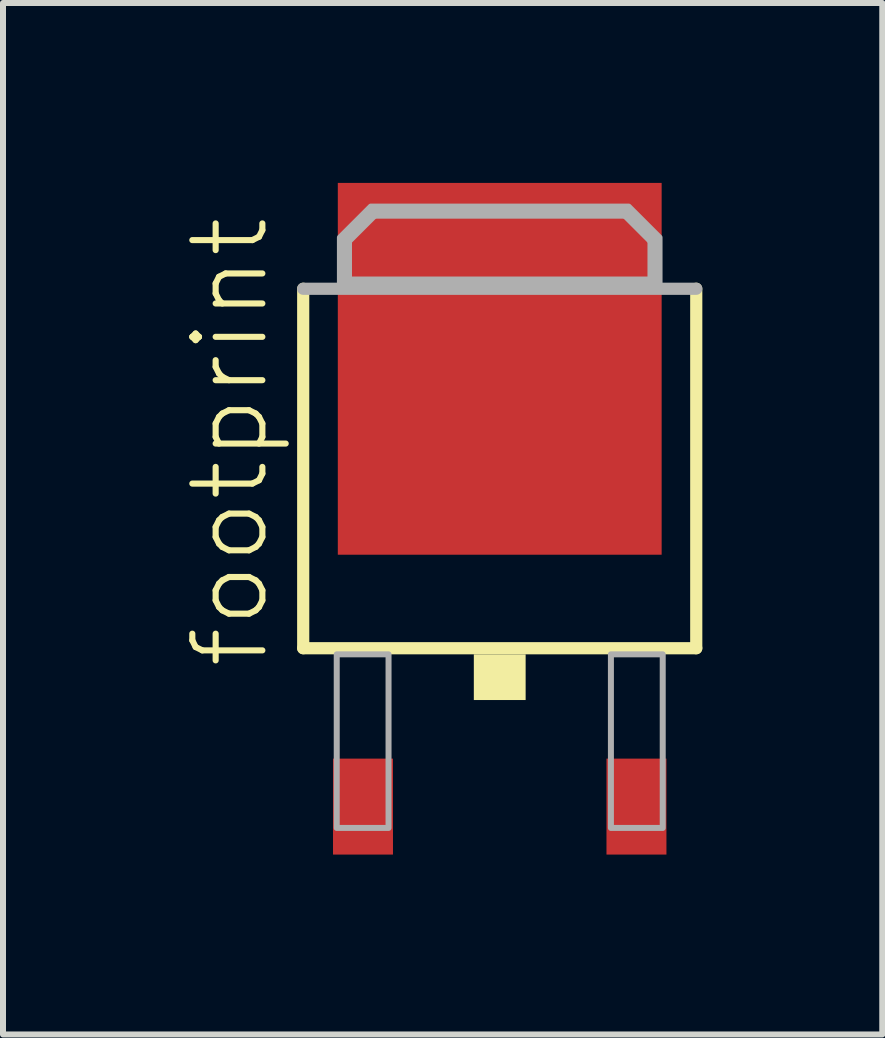
<source format=kicad_pcb>
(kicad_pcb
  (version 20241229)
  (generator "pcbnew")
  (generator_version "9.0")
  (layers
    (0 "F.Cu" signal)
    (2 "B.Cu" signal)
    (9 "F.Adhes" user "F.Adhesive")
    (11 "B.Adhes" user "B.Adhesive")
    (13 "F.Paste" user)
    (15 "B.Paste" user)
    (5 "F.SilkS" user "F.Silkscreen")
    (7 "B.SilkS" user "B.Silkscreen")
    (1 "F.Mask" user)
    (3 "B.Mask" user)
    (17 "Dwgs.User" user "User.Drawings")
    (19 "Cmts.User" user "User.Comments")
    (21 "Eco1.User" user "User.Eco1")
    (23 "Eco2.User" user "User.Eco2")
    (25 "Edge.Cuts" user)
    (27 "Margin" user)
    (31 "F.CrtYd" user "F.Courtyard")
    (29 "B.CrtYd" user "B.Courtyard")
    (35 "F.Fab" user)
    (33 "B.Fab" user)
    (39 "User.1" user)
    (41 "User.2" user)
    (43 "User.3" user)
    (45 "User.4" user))
  (footprint "footprint"
    (layer "F.Cu")
    (at 5.283 5.6)
    (property "Reference" "footprint" (at -3.81 2.54 90) (layer "F.SilkS") (effects (font (size 1.168 1.168) (thickness 0.102)) (justify left bottom)))
    (fp_line (start -3.277 2.159) (end -3.277 -3.835) (stroke (width 0.203) (type solid)) (layer "F.SilkS"))
    (fp_line (start 3.277 -3.835) (end 3.277 2.159) (stroke (width 0.203) (type solid)) (layer "F.SilkS"))
    (fp_line (start 3.277 2.159) (end -3.277 2.159) (stroke (width 0.203) (type solid)) (layer "F.SilkS"))
    (fp_poly (pts (xy -0.432 3.023) (xy 0.432 3.023) (xy 0.432 2.261) (xy -0.432 2.261)) (stroke (width 0) (type solid)) (fill yes) (layer "F.SilkS"))
    (fp_line (start -3.277 -3.835) (end 3.277 -3.835) (stroke (width 0.203) (type solid)) (layer "F.Fab"))
    (fp_line (start -2.565 -4.648) (end -2.108 -5.105) (stroke (width 0.203) (type solid)) (layer "F.Fab"))
    (fp_line (start -2.565 -3.937) (end -2.565 -4.648) (stroke (width 0.203) (type solid)) (layer "F.Fab"))
    (fp_line (start -2.108 -5.105) (end 2.108 -5.105) (stroke (width 0.203) (type solid)) (layer "F.Fab"))
    (fp_line (start 2.108 -5.105) (end 2.565 -4.648) (stroke (width 0.203) (type solid)) (layer "F.Fab"))
    (fp_line (start 2.565 -4.648) (end 2.565 -3.937) (stroke (width 0.203) (type solid)) (layer "F.Fab"))
    (fp_line (start 2.565 -3.937) (end -2.565 -3.937) (stroke (width 0.203) (type solid)) (layer "F.Fab"))
    (fp_poly (pts (xy -2.718 5.156) (xy -1.854 5.156) (xy -1.854 2.261) (xy -2.718 2.261)) (stroke (width 0.1) (type solid)) (fill no) (layer "F.Fab"))
    (fp_poly (pts (xy 1.854 5.156) (xy 2.718 5.156) (xy 2.718 2.261) (xy 1.854 2.261)) (stroke (width 0.1) (type solid)) (fill no) (layer "F.Fab"))
    (fp_poly (pts (xy 2.665 -4.69) (xy 2.665 -3.837) (xy -2.665 -3.837) (xy -2.665 -4.69) (xy -2.15 -5.205) (xy 2.15 -5.205)) (stroke (width 0.1) (type solid)) (fill no) (layer "F.Fab"))
    (pad "D" smd rect (at 0 -2.5) (size 5.4 6.2) (layers "F.Cu" "F.Mask" "F.Paste"))
    (pad "G" smd rect (at -2.28 4.8) (size 1 1.6) (layers "F.Cu" "F.Mask" "F.Paste"))
    (pad "S" smd rect (at 2.28 4.8) (size 1 1.6) (layers "F.Cu" "F.Mask" "F.Paste")))
  (gr_rect
    (start -3 -3)
    (end 11.662 14.2)
    (stroke (width 0.1) (type default))
    (fill no)
    (layer "Edge.Cuts")))
</source>
